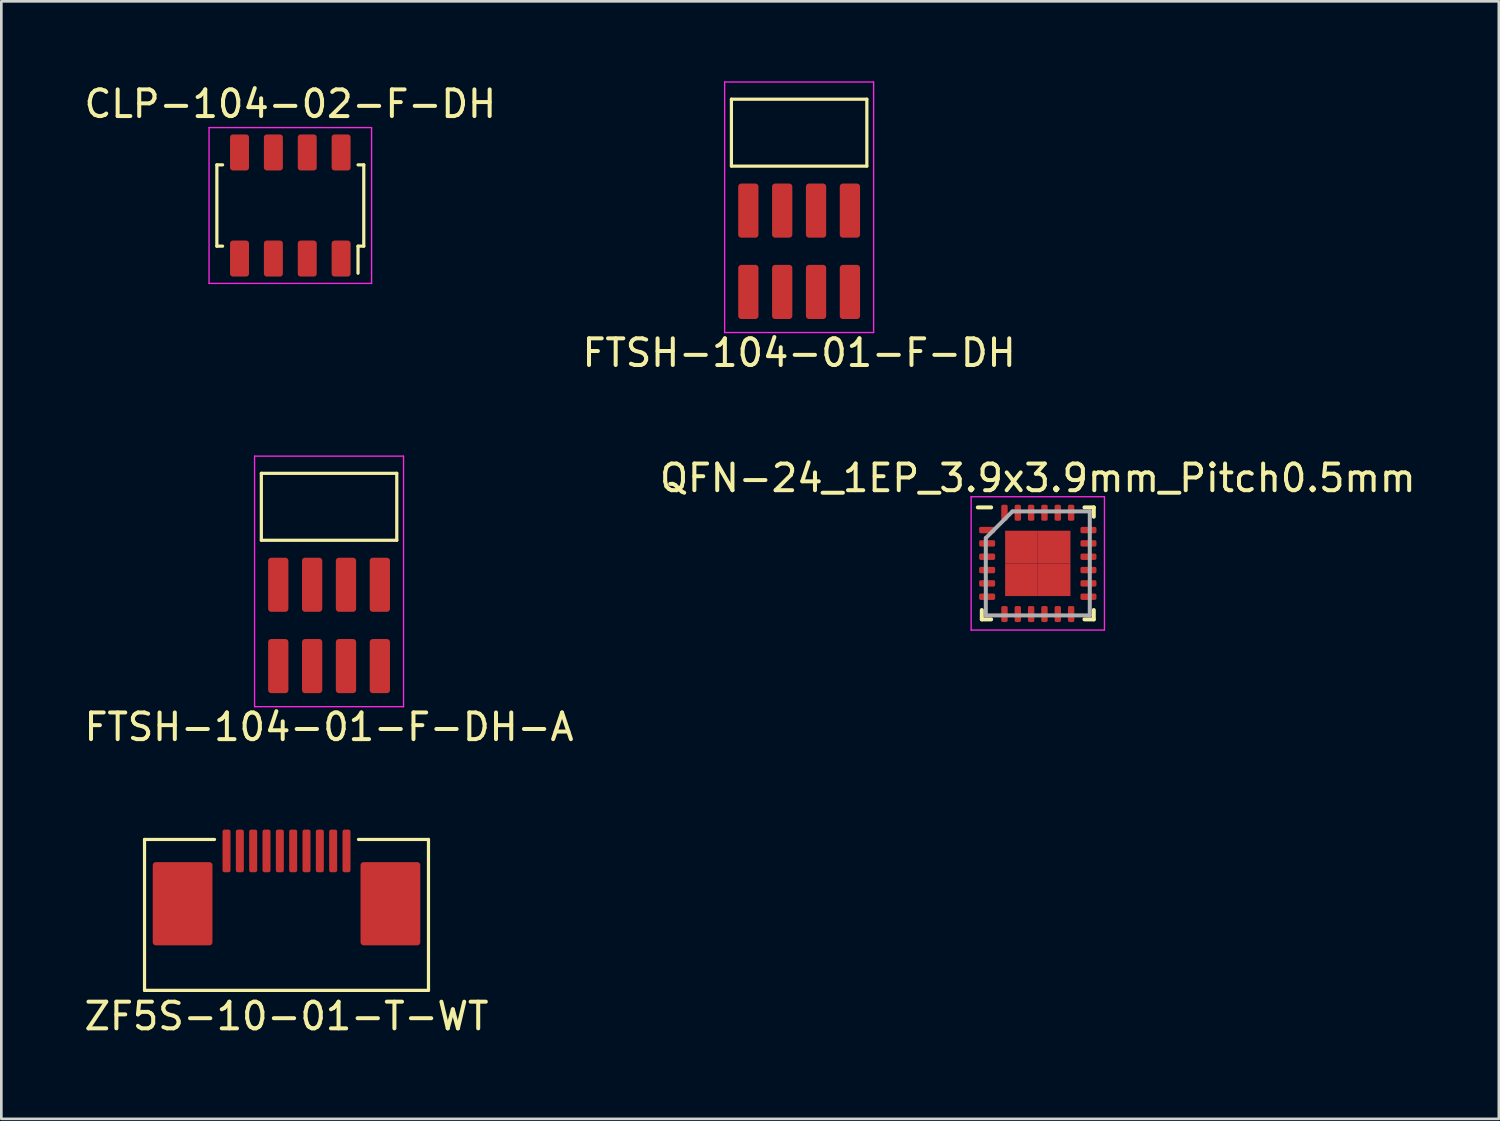
<source format=kicad_pcb>
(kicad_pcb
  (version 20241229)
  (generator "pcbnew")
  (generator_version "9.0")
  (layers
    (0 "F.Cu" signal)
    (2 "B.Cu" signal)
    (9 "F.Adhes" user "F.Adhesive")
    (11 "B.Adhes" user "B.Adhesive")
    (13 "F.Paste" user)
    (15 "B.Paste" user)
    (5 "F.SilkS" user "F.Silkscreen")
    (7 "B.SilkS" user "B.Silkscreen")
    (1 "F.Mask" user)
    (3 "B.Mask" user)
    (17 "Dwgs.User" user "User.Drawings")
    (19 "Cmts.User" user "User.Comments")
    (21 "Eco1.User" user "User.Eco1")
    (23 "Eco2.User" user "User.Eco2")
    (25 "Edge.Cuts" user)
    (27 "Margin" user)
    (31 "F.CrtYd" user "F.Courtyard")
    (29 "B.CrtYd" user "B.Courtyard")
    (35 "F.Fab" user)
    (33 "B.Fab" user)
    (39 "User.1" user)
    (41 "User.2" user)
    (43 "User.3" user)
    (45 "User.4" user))
  (footprint "FTSH-104-01-F-DH-A"
    (layer "F.Cu")
    (at 9.292 20.408)
    (property "Reference" "FTSH-104-01-F-DH-A" (at 0 3.81 0) (layer "F.SilkS") (effects (font (size 1 1) (thickness 0.15))))
    (attr through_hole)
    (fp_line (start -2.54 -5.705) (end 2.54 -5.705) (stroke (width 0.12) (type solid)) (layer "F.SilkS"))
    (fp_line (start -2.54 -3.195) (end -2.54 -5.705) (stroke (width 0.12) (type solid)) (layer "F.SilkS"))
    (fp_line (start 2.54 -5.705) (end 2.54 -3.195) (stroke (width 0.12) (type solid)) (layer "F.SilkS"))
    (fp_line (start 2.54 -3.195) (end -2.54 -3.195) (stroke (width 0.12) (type solid)) (layer "F.SilkS"))
    (fp_line (start -2.794 -6.35) (end -2.794 3.048) (stroke (width 0.05) (type solid)) (layer "F.CrtYd"))
    (fp_line (start -2.794 3.048) (end 2.794 3.048) (stroke (width 0.05) (type solid)) (layer "F.CrtYd"))
    (fp_line (start 2.794 -6.35) (end -2.794 -6.35) (stroke (width 0.05) (type solid)) (layer "F.CrtYd"))
    (fp_line (start 2.794 3.048) (end 2.794 -6.35) (stroke (width 0.05) (type solid)) (layer "F.CrtYd"))
    (pad "1" smd roundrect (at 1.905 -1.525) (size 0.76 2.03) (layers "F.Cu" "F.Mask" "F.Paste") (roundrect_rratio 0.15))
    (pad "2" smd roundrect (at 1.905 1.525) (size 0.76 2.03) (layers "F.Cu" "F.Mask" "F.Paste") (roundrect_rratio 0.15))
    (pad "3" smd roundrect (at 0.635 -1.525) (size 0.76 2.03) (layers "F.Cu" "F.Mask" "F.Paste") (roundrect_rratio 0.15))
    (pad "4" smd roundrect (at 0.635 1.525) (size 0.76 2.03) (layers "F.Cu" "F.Mask" "F.Paste") (roundrect_rratio 0.15))
    (pad "5" smd roundrect (at -0.635 -1.525) (size 0.76 2.03) (layers "F.Cu" "F.Mask" "F.Paste") (roundrect_rratio 0.15))
    (pad "6" smd roundrect (at -0.635 1.525) (size 0.76 2.03) (layers "F.Cu" "F.Mask" "F.Paste") (roundrect_rratio 0.15))
    (pad "7" smd roundrect (at -1.905 -1.525) (size 0.76 2.03) (layers "F.Cu" "F.Mask" "F.Paste") (roundrect_rratio 0.15))
    (pad "8" smd roundrect (at -1.905 1.525) (size 0.76 2.03) (layers "F.Cu" "F.Mask" "F.Paste") (roundrect_rratio 0.15)))
  (footprint "FTSH-104-01-F-DH"
    (layer "F.Cu")
    (at 26.923 6.375)
    (property "Reference" "FTSH-104-01-F-DH" (at 0 3.81 0) (layer "F.SilkS") (effects (font (size 1 1) (thickness 0.15))))
    (attr through_hole)
    (fp_line (start -2.54 -5.705) (end 2.54 -5.705) (stroke (width 0.12) (type solid)) (layer "F.SilkS"))
    (fp_line (start -2.54 -3.195) (end -2.54 -5.705) (stroke (width 0.12) (type solid)) (layer "F.SilkS"))
    (fp_line (start 2.54 -5.705) (end 2.54 -3.195) (stroke (width 0.12) (type solid)) (layer "F.SilkS"))
    (fp_line (start 2.54 -3.195) (end -2.54 -3.195) (stroke (width 0.12) (type solid)) (layer "F.SilkS"))
    (fp_line (start -2.794 -6.35) (end -2.794 3.048) (stroke (width 0.05) (type solid)) (layer "F.CrtYd"))
    (fp_line (start -2.794 3.048) (end 2.794 3.048) (stroke (width 0.05) (type solid)) (layer "F.CrtYd"))
    (fp_line (start 2.794 -6.35) (end -2.794 -6.35) (stroke (width 0.05) (type solid)) (layer "F.CrtYd"))
    (fp_line (start 2.794 3.048) (end 2.794 -6.35) (stroke (width 0.05) (type solid)) (layer "F.CrtYd"))
    (pad "1" smd roundrect (at 1.905 -1.525) (size 0.76 2.03) (layers "F.Cu" "F.Mask" "F.Paste") (roundrect_rratio 0.15))
    (pad "2" smd roundrect (at 1.905 1.525) (size 0.76 2.03) (layers "F.Cu" "F.Mask" "F.Paste") (roundrect_rratio 0.15))
    (pad "3" smd roundrect (at 0.635 -1.525) (size 0.76 2.03) (layers "F.Cu" "F.Mask" "F.Paste") (roundrect_rratio 0.15))
    (pad "4" smd roundrect (at 0.635 1.525) (size 0.76 2.03) (layers "F.Cu" "F.Mask" "F.Paste") (roundrect_rratio 0.15))
    (pad "5" smd roundrect (at -0.635 -1.525) (size 0.76 2.03) (layers "F.Cu" "F.Mask" "F.Paste") (roundrect_rratio 0.15))
    (pad "6" smd roundrect (at -0.635 1.525) (size 0.76 2.03) (layers "F.Cu" "F.Mask" "F.Paste") (roundrect_rratio 0.15))
    (pad "7" smd roundrect (at -1.905 -1.525) (size 0.76 2.03) (layers "F.Cu" "F.Mask" "F.Paste") (roundrect_rratio 0.15))
    (pad "8" smd roundrect (at -1.905 1.525) (size 0.76 2.03) (layers "F.Cu" "F.Mask" "F.Paste") (roundrect_rratio 0.15)))
  (footprint "ZF5S-10-01-T-WT"
    (layer "F.Cu")
    (at 7.696 28.866)
    (property "Reference" "ZF5S-10-01-T-WT" (at 0 6.2 0) (layer "F.SilkS") (effects (font (size 1 1) (thickness 0.15))))
    (attr through_hole)
    (fp_line (start -5.325 -0.43) (end -5.325 5.23) (stroke (width 0.12) (type solid)) (layer "F.SilkS"))
    (fp_line (start -5.325 5.23) (end 5.325 5.23) (stroke (width 0.12) (type solid)) (layer "F.SilkS"))
    (fp_line (start -2.7 -0.43) (end -5.325 -0.43) (stroke (width 0.12) (type solid)) (layer "F.SilkS"))
    (fp_line (start 5.325 -0.43) (end 2.7 -0.43) (stroke (width 0.12) (type solid)) (layer "F.SilkS"))
    (fp_line (start 5.325 5.23) (end 5.325 -0.43) (stroke (width 0.12) (type solid)) (layer "F.SilkS"))
    (pad "1" smd roundrect (at -2.25 0) (size 0.3 1.6) (layers "F.Cu" "F.Mask" "F.Paste") (roundrect_rratio 0.25))
    (pad "2" smd roundrect (at -1.75 0) (size 0.3 1.6) (layers "F.Cu" "F.Mask" "F.Paste") (roundrect_rratio 0.25))
    (pad "3" smd roundrect (at -1.25 0) (size 0.3 1.6) (layers "F.Cu" "F.Mask" "F.Paste") (roundrect_rratio 0.25))
    (pad "4" smd roundrect (at -0.75 0) (size 0.3 1.6) (layers "F.Cu" "F.Mask" "F.Paste") (roundrect_rratio 0.25))
    (pad "5" smd roundrect (at -0.25 0) (size 0.3 1.6) (layers "F.Cu" "F.Mask" "F.Paste") (roundrect_rratio 0.25))
    (pad "6" smd roundrect (at 0.25 0) (size 0.3 1.6) (layers "F.Cu" "F.Mask" "F.Paste") (roundrect_rratio 0.25))
    (pad "7" smd roundrect (at 0.75 0) (size 0.3 1.6) (layers "F.Cu" "F.Mask" "F.Paste") (roundrect_rratio 0.25))
    (pad "8" smd roundrect (at 1.25 0) (size 0.3 1.6) (layers "F.Cu" "F.Mask" "F.Paste") (roundrect_rratio 0.25))
    (pad "9" smd roundrect (at 1.75 0) (size 0.3 1.6) (layers "F.Cu" "F.Mask" "F.Paste") (roundrect_rratio 0.25))
    (pad "10" smd roundrect (at 2.25 0) (size 0.3 1.6) (layers "F.Cu" "F.Mask" "F.Paste") (roundrect_rratio 0.25))
    (pad "MP" smd roundrect (at -3.897 1.98) (size 2.24 3.12) (layers "F.Cu" "F.Mask" "F.Paste") (roundrect_rratio 0.05))
    (pad "MP" smd roundrect (at 3.897 1.98) (size 2.24 3.12) (layers "F.Cu" "F.Mask" "F.Paste") (roundrect_rratio 0.05)))
  (footprint "QFN-24_1EP_3.9x3.9mm_Pitch0.5mm"
    (layer "F.Cu")
    (at 35.875 18.081)
    (property "Reference" "QFN-24_1EP_3.9x3.9mm_Pitch0.5mm" (at 0 -3.2 0) (layer "F.SilkS") (effects (font (size 1 1) (thickness 0.15))))
    (attr smd)
    (fp_line (start -2.1 2.1) (end -2.1 1.75) (stroke (width 0.15) (type solid)) (layer "F.SilkS"))
    (fp_line (start -1.75 -2.1) (end -2.25 -2.1) (stroke (width 0.15) (type solid)) (layer "F.SilkS"))
    (fp_line (start -1.75 2.1) (end -2.1 2.1) (stroke (width 0.15) (type solid)) (layer "F.SilkS"))
    (fp_line (start 1.75 -2.1) (end 2.1 -2.1) (stroke (width 0.15) (type solid)) (layer "F.SilkS"))
    (fp_line (start 1.75 2.1) (end 2.1 2.1) (stroke (width 0.15) (type solid)) (layer "F.SilkS"))
    (fp_line (start 2.1 -2.1) (end 2.1 -1.75) (stroke (width 0.15) (type solid)) (layer "F.SilkS"))
    (fp_line (start 2.1 2.1) (end 2.1 1.75) (stroke (width 0.15) (type solid)) (layer "F.SilkS"))
    (fp_line (start -2.5 -2.5) (end 2.5 -2.5) (stroke (width 0.05) (type solid)) (layer "F.CrtYd"))
    (fp_line (start -2.5 2.5) (end -2.5 -2.5) (stroke (width 0.05) (type solid)) (layer "F.CrtYd"))
    (fp_line (start 2.5 -2.5) (end 2.5 2.5) (stroke (width 0.05) (type solid)) (layer "F.CrtYd"))
    (fp_line (start 2.5 2.5) (end -2.5 2.5) (stroke (width 0.05) (type solid)) (layer "F.CrtYd"))
    (fp_line (start -1.95 -0.95) (end -1.95 1.95) (stroke (width 0.15) (type solid)) (layer "F.Fab"))
    (fp_line (start -1.95 1.95) (end 1.95 1.95) (stroke (width 0.15) (type solid)) (layer "F.Fab"))
    (fp_line (start -0.95 -1.95) (end -1.95 -0.95) (stroke (width 0.15) (type solid)) (layer "F.Fab"))
    (fp_line (start 1.95 -1.95) (end -0.95 -1.95) (stroke (width 0.15) (type solid)) (layer "F.Fab"))
    (fp_line (start 1.95 1.95) (end 1.95 -1.95) (stroke (width 0.15) (type solid)) (layer "F.Fab"))
    (pad "1" smd roundrect (at -1.9 -1.25 90) (size 0.24 0.6) (layers "F.Cu" "F.Mask" "F.Paste") (roundrect_rratio 0.25))
    (pad "2" smd roundrect (at -1.9 -0.75 90) (size 0.24 0.6) (layers "F.Cu" "F.Mask" "F.Paste") (roundrect_rratio 0.25))
    (pad "3" smd roundrect (at -1.9 -0.25 90) (size 0.24 0.6) (layers "F.Cu" "F.Mask" "F.Paste") (roundrect_rratio 0.25))
    (pad "4" smd roundrect (at -1.9 0.25 90) (size 0.24 0.6) (layers "F.Cu" "F.Mask" "F.Paste") (roundrect_rratio 0.25))
    (pad "5" smd roundrect (at -1.9 0.75 90) (size 0.24 0.6) (layers "F.Cu" "F.Mask" "F.Paste") (roundrect_rratio 0.25))
    (pad "6" smd roundrect (at -1.9 1.25 90) (size 0.24 0.6) (layers "F.Cu" "F.Mask" "F.Paste") (roundrect_rratio 0.25))
    (pad "7" smd roundrect (at -1.25 1.9) (size 0.24 0.6) (layers "F.Cu" "F.Mask" "F.Paste") (roundrect_rratio 0.25))
    (pad "8" smd roundrect (at -0.75 1.9) (size 0.24 0.6) (layers "F.Cu" "F.Mask" "F.Paste") (roundrect_rratio 0.25))
    (pad "9" smd roundrect (at -0.25 1.9) (size 0.24 0.6) (layers "F.Cu" "F.Mask" "F.Paste") (roundrect_rratio 0.25))
    (pad "10" smd roundrect (at 0.25 1.9) (size 0.24 0.6) (layers "F.Cu" "F.Mask" "F.Paste") (roundrect_rratio 0.25))
    (pad "11" smd roundrect (at 0.75 1.9) (size 0.24 0.6) (layers "F.Cu" "F.Mask" "F.Paste") (roundrect_rratio 0.25))
    (pad "12" smd roundrect (at 1.25 1.9) (size 0.24 0.6) (layers "F.Cu" "F.Mask" "F.Paste") (roundrect_rratio 0.25))
    (pad "13" smd roundrect (at 1.9 1.25 90) (size 0.24 0.6) (layers "F.Cu" "F.Mask" "F.Paste") (roundrect_rratio 0.25))
    (pad "14" smd roundrect (at 1.9 0.75 90) (size 0.24 0.6) (layers "F.Cu" "F.Mask" "F.Paste") (roundrect_rratio 0.25))
    (pad "15" smd roundrect (at 1.9 0.25 90) (size 0.24 0.6) (layers "F.Cu" "F.Mask" "F.Paste") (roundrect_rratio 0.25))
    (pad "16" smd roundrect (at 1.9 -0.25 90) (size 0.24 0.6) (layers "F.Cu" "F.Mask" "F.Paste") (roundrect_rratio 0.25))
    (pad "17" smd roundrect (at 1.9 -0.75 90) (size 0.24 0.6) (layers "F.Cu" "F.Mask" "F.Paste") (roundrect_rratio 0.25))
    (pad "18" smd roundrect (at 1.9 -1.25 90) (size 0.24 0.6) (layers "F.Cu" "F.Mask" "F.Paste") (roundrect_rratio 0.25))
    (pad "19" smd roundrect (at 1.25 -1.9) (size 0.24 0.6) (layers "F.Cu" "F.Mask" "F.Paste") (roundrect_rratio 0.25))
    (pad "20" smd roundrect (at 0.75 -1.9) (size 0.24 0.6) (layers "F.Cu" "F.Mask" "F.Paste") (roundrect_rratio 0.25))
    (pad "21" smd roundrect (at 0.25 -1.9) (size 0.24 0.6) (layers "F.Cu" "F.Mask" "F.Paste") (roundrect_rratio 0.25))
    (pad "22" smd roundrect (at -0.25 -1.9) (size 0.24 0.6) (layers "F.Cu" "F.Mask" "F.Paste") (roundrect_rratio 0.25))
    (pad "23" smd roundrect (at -0.75 -1.9) (size 0.24 0.6) (layers "F.Cu" "F.Mask" "F.Paste") (roundrect_rratio 0.25))
    (pad "24" smd roundrect (at -1.25 -1.9) (size 0.24 0.6) (layers "F.Cu" "F.Mask" "F.Paste") (roundrect_rratio 0.25))
    (pad "25" smd rect (at -0.613 -0.613) (size 1.225 1.225) (layers "F.Cu" "F.Mask" "F.Paste"))
    (pad "25" smd rect (at -0.613 0.613) (size 1.225 1.225) (layers "F.Cu" "F.Mask" "F.Paste"))
    (pad "25" smd rect (at 0.613 -0.613) (size 1.225 1.225) (layers "F.Cu" "F.Mask" "F.Paste"))
    (pad "25" smd rect (at 0.613 0.613) (size 1.225 1.225) (layers "F.Cu" "F.Mask" "F.Paste")))
  (footprint "CLP-104-02-F-DH"
    (layer "F.Cu")
    (at 7.839 4.658)
    (property "Reference" "CLP-104-02-F-DH" (at 0 -3.81 0) (layer "F.SilkS") (effects (font (size 1 1) (thickness 0.15))))
    (attr through_hole)
    (fp_line (start -2.755 -1.525) (end -2.755 1.525) (stroke (width 0.12) (type solid)) (layer "F.SilkS"))
    (fp_line (start -2.755 -1.525) (end -2.54 -1.525) (stroke (width 0.12) (type solid)) (layer "F.SilkS"))
    (fp_line (start -2.755 1.525) (end -2.54 1.525) (stroke (width 0.12) (type solid)) (layer "F.SilkS"))
    (fp_line (start 2.54 1.525) (end 2.54 2.54) (stroke (width 0.12) (type solid)) (layer "F.SilkS"))
    (fp_line (start 2.755 -1.525) (end 2.54 -1.525) (stroke (width 0.12) (type solid)) (layer "F.SilkS"))
    (fp_line (start 2.755 -1.525) (end 2.755 1.525) (stroke (width 0.12) (type solid)) (layer "F.SilkS"))
    (fp_line (start 2.755 1.525) (end 2.54 1.525) (stroke (width 0.12) (type solid)) (layer "F.SilkS"))
    (fp_line (start -3.048 -2.921) (end -3.048 2.921) (stroke (width 0.05) (type solid)) (layer "F.CrtYd"))
    (fp_line (start -3.048 2.921) (end 3.048 2.921) (stroke (width 0.05) (type solid)) (layer "F.CrtYd"))
    (fp_line (start 3.048 -2.921) (end -3.048 -2.921) (stroke (width 0.05) (type solid)) (layer "F.CrtYd"))
    (fp_line (start 3.048 2.921) (end 3.048 -2.921) (stroke (width 0.05) (type solid)) (layer "F.CrtYd"))
    (pad "1" smd roundrect (at 1.905 1.99) (size 0.711 1.35) (layers "F.Cu" "F.Mask" "F.Paste") (roundrect_rratio 0.15))
    (pad "2" smd roundrect (at 1.905 -1.99) (size 0.711 1.35) (layers "F.Cu" "F.Mask" "F.Paste") (roundrect_rratio 0.15))
    (pad "3" smd roundrect (at 0.635 1.99) (size 0.711 1.35) (layers "F.Cu" "F.Mask" "F.Paste") (roundrect_rratio 0.15))
    (pad "4" smd roundrect (at 0.635 -1.99) (size 0.711 1.35) (layers "F.Cu" "F.Mask" "F.Paste") (roundrect_rratio 0.15))
    (pad "5" smd roundrect (at -0.635 1.99) (size 0.711 1.35) (layers "F.Cu" "F.Mask" "F.Paste") (roundrect_rratio 0.15))
    (pad "6" smd roundrect (at -0.635 -1.99) (size 0.711 1.35) (layers "F.Cu" "F.Mask" "F.Paste") (roundrect_rratio 0.15))
    (pad "7" smd roundrect (at -1.905 1.99) (size 0.711 1.35) (layers "F.Cu" "F.Mask" "F.Paste") (roundrect_rratio 0.15))
    (pad "8" smd roundrect (at -1.905 -1.99) (size 0.711 1.35) (layers "F.Cu" "F.Mask" "F.Paste") (roundrect_rratio 0.15)))
  (gr_rect
    (start -3 -3)
    (end 53.167 38.915)
    (stroke (width 0.1) (type default))
    (fill no)
    (layer "Edge.Cuts")))
</source>
